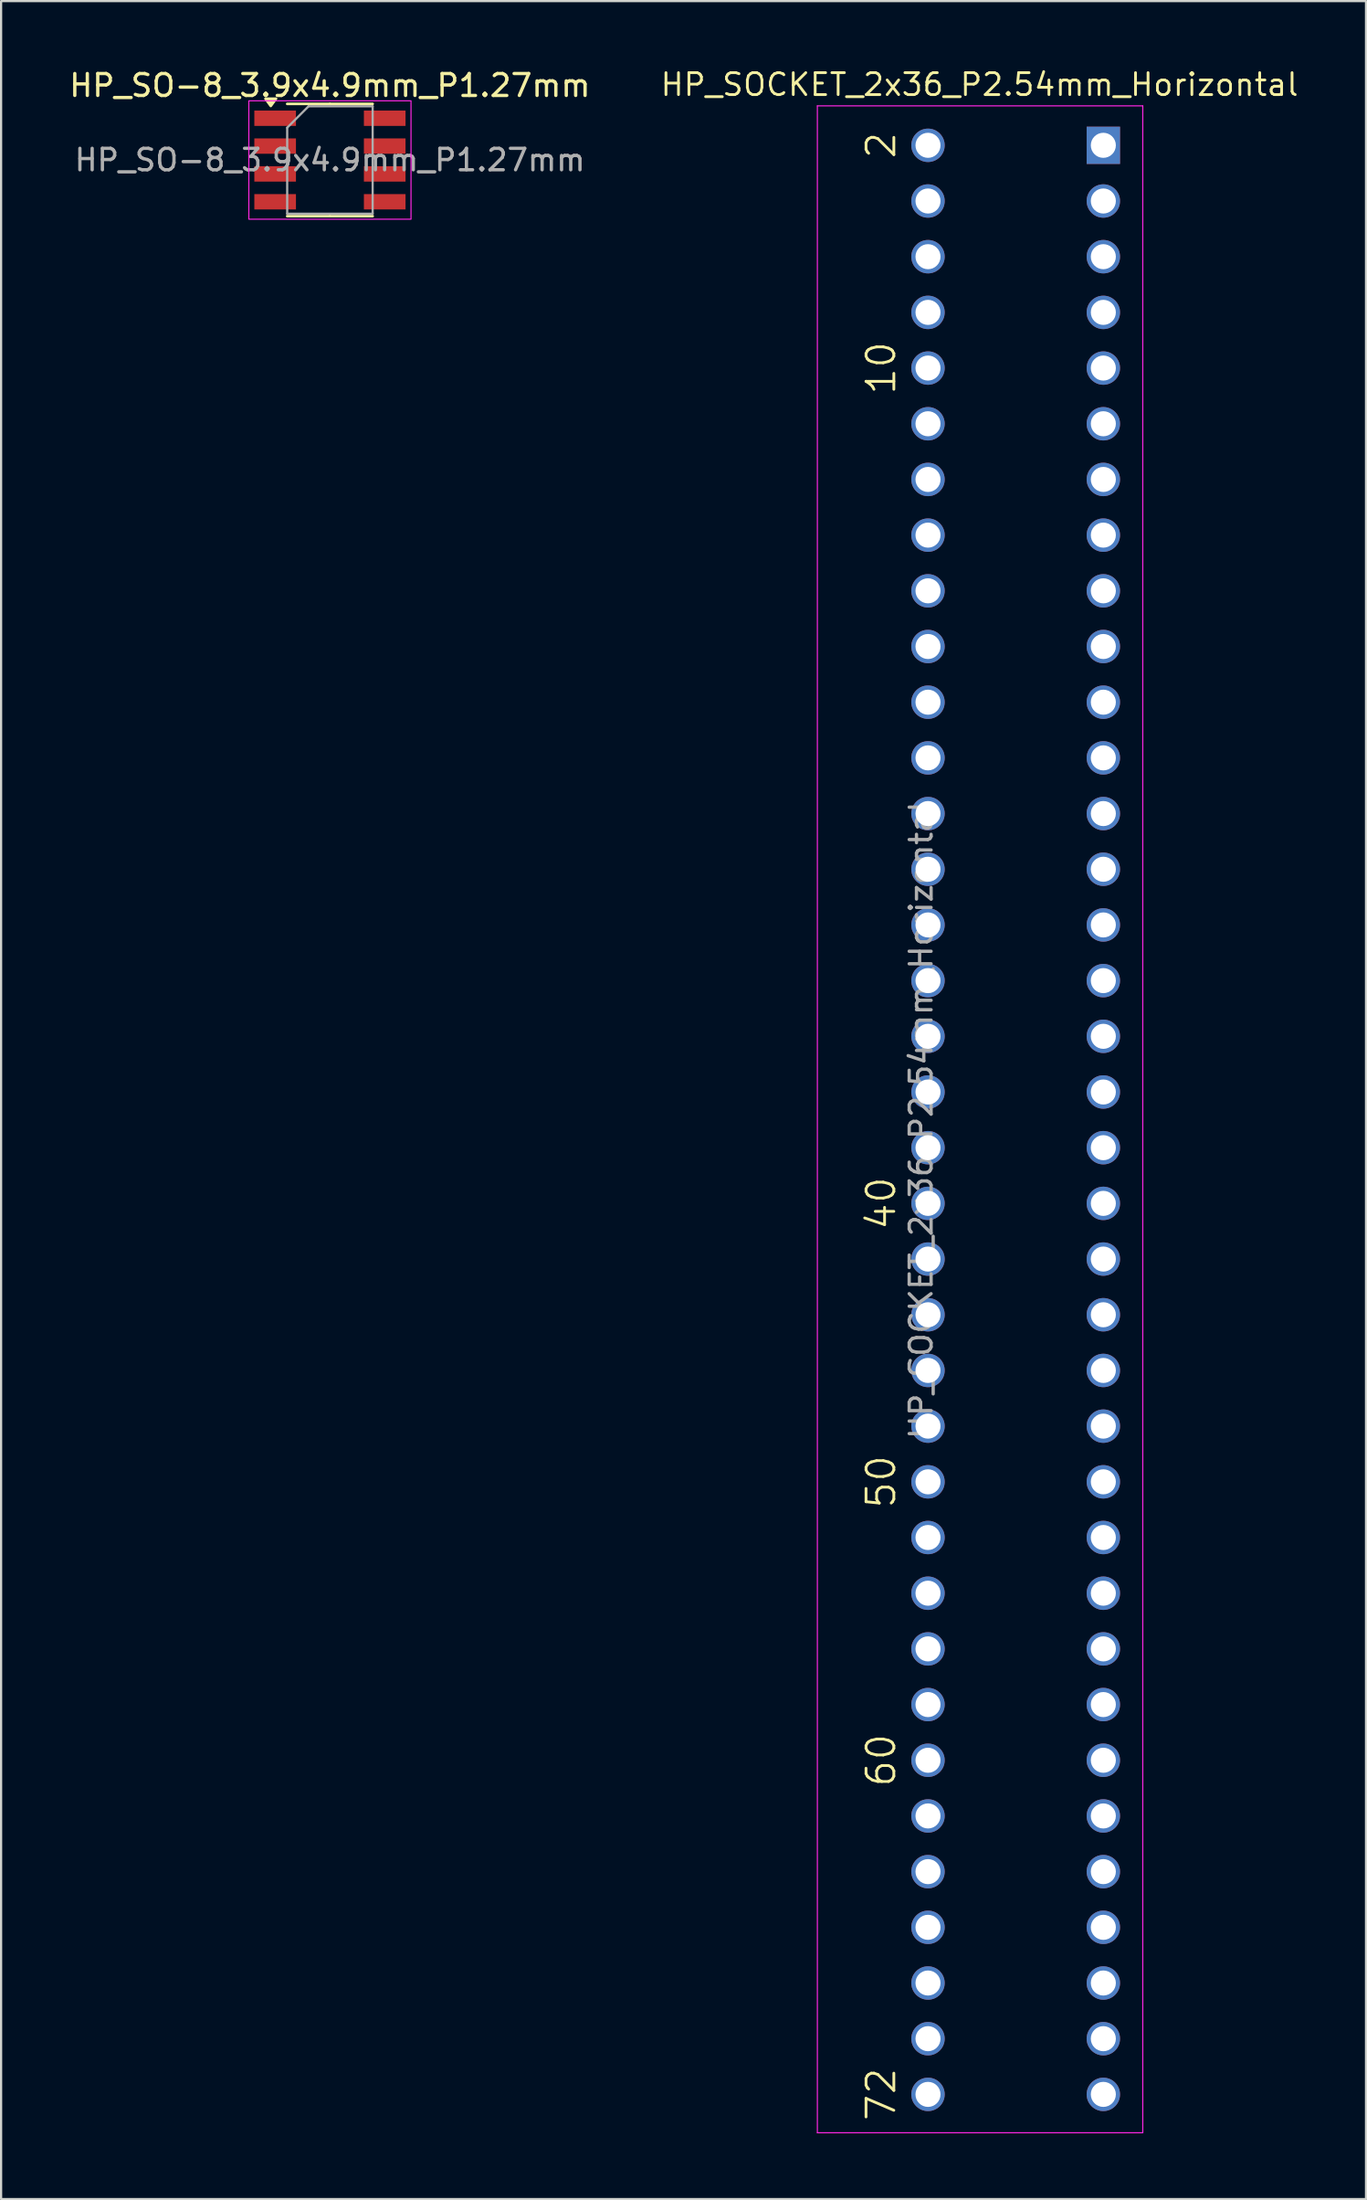
<source format=kicad_pcb>
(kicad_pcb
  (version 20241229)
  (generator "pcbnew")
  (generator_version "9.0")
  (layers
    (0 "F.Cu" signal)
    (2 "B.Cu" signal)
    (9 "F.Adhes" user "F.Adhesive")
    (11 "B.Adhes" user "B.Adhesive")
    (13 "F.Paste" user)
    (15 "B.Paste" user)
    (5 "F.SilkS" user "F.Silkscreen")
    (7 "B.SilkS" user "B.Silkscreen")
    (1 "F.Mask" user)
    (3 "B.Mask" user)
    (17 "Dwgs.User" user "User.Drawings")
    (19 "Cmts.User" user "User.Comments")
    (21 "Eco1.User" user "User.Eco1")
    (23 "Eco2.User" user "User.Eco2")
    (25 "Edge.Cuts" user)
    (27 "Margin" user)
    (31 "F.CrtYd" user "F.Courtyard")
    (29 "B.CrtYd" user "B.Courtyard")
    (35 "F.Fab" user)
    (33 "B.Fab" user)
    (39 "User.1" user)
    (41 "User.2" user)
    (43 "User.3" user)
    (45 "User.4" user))
  (footprint "HP_SOCKET_2x36_P2.54mm_Horizontal"
    (layer "F.Cu")
    (at 47.3 3.578)
    (property "Reference" "HP_SOCKET_2x36_P2.54mm_Horizontal" (at -5.65 -2.77 0) (layer "F.SilkS") (effects (font (size 1 1) (thickness 0.127))))
    (attr through_hole)
    (fp_line (start -13.05 -1.8) (end -13.05 90.65) (stroke (width 0.05) (type solid)) (layer "F.CrtYd"))
    (fp_line (start -13.05 90.65) (end 1.8 90.65) (stroke (width 0.05) (type solid)) (layer "F.CrtYd"))
    (fp_line (start 1.8 -1.8) (end -13.05 -1.8) (stroke (width 0.05) (type solid)) (layer "F.CrtYd"))
    (fp_line (start 1.8 90.65) (end 1.8 -1.8) (stroke (width 0.05) (type solid)) (layer "F.CrtYd"))
    (fp_text user "60" (at -9.398 73.66 90) (unlocked yes) (layer "F.SilkS") (effects (font (size 1.27 1.27) (thickness 0.127)) (justify bottom)))
    (fp_text user "2" (at -9.398 0 90) (unlocked yes) (layer "F.SilkS") (effects (font (size 1.27 1.27) (thickness 0.127)) (justify bottom)))
    (fp_text user "40" (at -9.398 48.26 90) (unlocked yes) (layer "F.SilkS") (effects (font (size 1.27 1.27) (thickness 0.127)) (justify bottom)))
    (fp_text user "50" (at -9.398 60.96 90) (unlocked yes) (layer "F.SilkS") (effects (font (size 1.27 1.27) (thickness 0.127)) (justify bottom)))
    (fp_text user "10" (at -9.398 10.16 90) (unlocked yes) (layer "F.SilkS") (effects (font (size 1.27 1.27) (thickness 0.127)) (justify bottom)))
    (fp_text user "72" (at -9.398 88.9 90) (unlocked yes) (layer "F.SilkS") (effects (font (size 1.27 1.27) (thickness 0.127)) (justify bottom)))
    (fp_text user "${REFERENCE}" (at -8.315 44.45 90) (layer "F.Fab") (effects (font (size 1 1) (thickness 0.15))))
    (pad "1" thru_hole rect (at 0 0) (size 1.524 1.7) (drill 1.143) (layers "*.Cu" "*.Mask"))
    (pad "2" thru_hole circle (at -8.001 0) (size 1.524 1.524) (drill 1.143) (layers "*.Cu" "*.Mask"))
    (pad "3" thru_hole circle (at 0 2.54) (size 1.524 1.524) (drill 1.143) (layers "*.Cu" "*.Mask"))
    (pad "4" thru_hole circle (at -8.001 2.54) (size 1.524 1.524) (drill 1.143) (layers "*.Cu" "*.Mask"))
    (pad "5" thru_hole circle (at 0 5.08) (size 1.524 1.524) (drill 1.143) (layers "*.Cu" "*.Mask"))
    (pad "6" thru_hole circle (at -8.001 5.08) (size 1.524 1.524) (drill 1.143) (layers "*.Cu" "*.Mask"))
    (pad "7" thru_hole circle (at 0 7.62) (size 1.524 1.524) (drill 1.143) (layers "*.Cu" "*.Mask"))
    (pad "8" thru_hole circle (at -8.001 7.62) (size 1.524 1.524) (drill 1.143) (layers "*.Cu" "*.Mask"))
    (pad "9" thru_hole circle (at 0 10.16) (size 1.524 1.524) (drill 1.143) (layers "*.Cu" "*.Mask"))
    (pad "10" thru_hole circle (at -8.001 10.16) (size 1.524 1.524) (drill 1.143) (layers "*.Cu" "*.Mask"))
    (pad "11" thru_hole circle (at 0 12.7) (size 1.524 1.524) (drill 1.143) (layers "*.Cu" "*.Mask"))
    (pad "12" thru_hole circle (at -8.001 12.7) (size 1.524 1.524) (drill 1.143) (layers "*.Cu" "*.Mask"))
    (pad "13" thru_hole circle (at 0 15.24) (size 1.524 1.524) (drill 1.143) (layers "*.Cu" "*.Mask"))
    (pad "14" thru_hole circle (at -8.001 15.24) (size 1.524 1.524) (drill 1.143) (layers "*.Cu" "*.Mask"))
    (pad "15" thru_hole circle (at 0 17.78) (size 1.524 1.524) (drill 1.143) (layers "*.Cu" "*.Mask"))
    (pad "16" thru_hole circle (at -8.001 17.78) (size 1.524 1.524) (drill 1.143) (layers "*.Cu" "*.Mask"))
    (pad "17" thru_hole circle (at 0 20.32) (size 1.524 1.524) (drill 1.143) (layers "*.Cu" "*.Mask"))
    (pad "18" thru_hole circle (at -8.001 20.32) (size 1.524 1.524) (drill 1.143) (layers "*.Cu" "*.Mask"))
    (pad "19" thru_hole circle (at 0 22.86) (size 1.524 1.524) (drill 1.143) (layers "*.Cu" "*.Mask"))
    (pad "20" thru_hole circle (at -8.001 22.86) (size 1.524 1.524) (drill 1.143) (layers "*.Cu" "*.Mask"))
    (pad "21" thru_hole circle (at 0 25.4) (size 1.524 1.524) (drill 1.143) (layers "*.Cu" "*.Mask"))
    (pad "22" thru_hole circle (at -8.001 25.4) (size 1.524 1.524) (drill 1.143) (layers "*.Cu" "*.Mask"))
    (pad "23" thru_hole circle (at 0 27.94) (size 1.524 1.524) (drill 1.143) (layers "*.Cu" "*.Mask"))
    (pad "24" thru_hole circle (at -8.001 27.94) (size 1.524 1.524) (drill 1.143) (layers "*.Cu" "*.Mask"))
    (pad "25" thru_hole circle (at 0 30.48) (size 1.524 1.524) (drill 1.143) (layers "*.Cu" "*.Mask"))
    (pad "26" thru_hole circle (at -8.001 30.48) (size 1.524 1.524) (drill 1.143) (layers "*.Cu" "*.Mask"))
    (pad "27" thru_hole circle (at 0 33.02) (size 1.524 1.524) (drill 1.143) (layers "*.Cu" "*.Mask"))
    (pad "28" thru_hole circle (at -8.001 33.02) (size 1.524 1.524) (drill 1.143) (layers "*.Cu" "*.Mask"))
    (pad "29" thru_hole circle (at 0 35.56) (size 1.524 1.524) (drill 1.143) (layers "*.Cu" "*.Mask"))
    (pad "30" thru_hole circle (at -8.001 35.56) (size 1.524 1.524) (drill 1.143) (layers "*.Cu" "*.Mask"))
    (pad "31" thru_hole circle (at 0 38.1) (size 1.524 1.524) (drill 1.143) (layers "*.Cu" "*.Mask"))
    (pad "32" thru_hole circle (at -8.001 38.1) (size 1.524 1.524) (drill 1.143) (layers "*.Cu" "*.Mask"))
    (pad "33" thru_hole circle (at 0 40.64) (size 1.524 1.524) (drill 1.143) (layers "*.Cu" "*.Mask"))
    (pad "34" thru_hole circle (at -8.001 40.64) (size 1.524 1.524) (drill 1.143) (layers "*.Cu" "*.Mask"))
    (pad "35" thru_hole circle (at 0 43.18) (size 1.524 1.524) (drill 1.143) (layers "*.Cu" "*.Mask"))
    (pad "36" thru_hole circle (at -8.001 43.18) (size 1.524 1.524) (drill 1.143) (layers "*.Cu" "*.Mask"))
    (pad "37" thru_hole circle (at 0 45.72) (size 1.524 1.524) (drill 1.143) (layers "*.Cu" "*.Mask"))
    (pad "38" thru_hole circle (at -8.001 45.72) (size 1.524 1.524) (drill 1.143) (layers "*.Cu" "*.Mask"))
    (pad "39" thru_hole circle (at 0 48.26) (size 1.524 1.524) (drill 1.143) (layers "*.Cu" "*.Mask"))
    (pad "40" thru_hole circle (at -8.001 48.26) (size 1.524 1.524) (drill 1.143) (layers "*.Cu" "*.Mask"))
    (pad "41" thru_hole circle (at 0 50.8) (size 1.524 1.524) (drill 1.143) (layers "*.Cu" "*.Mask"))
    (pad "42" thru_hole circle (at -8.001 50.8) (size 1.524 1.524) (drill 1.143) (layers "*.Cu" "*.Mask"))
    (pad "43" thru_hole circle (at 0 53.34) (size 1.524 1.524) (drill 1.143) (layers "*.Cu" "*.Mask"))
    (pad "44" thru_hole circle (at -8.001 53.34) (size 1.524 1.524) (drill 1.143) (layers "*.Cu" "*.Mask"))
    (pad "45" thru_hole circle (at 0 55.88) (size 1.524 1.524) (drill 1.143) (layers "*.Cu" "*.Mask"))
    (pad "46" thru_hole circle (at -8.001 55.88) (size 1.524 1.524) (drill 1.143) (layers "*.Cu" "*.Mask"))
    (pad "47" thru_hole circle (at 0 58.42) (size 1.524 1.524) (drill 1.143) (layers "*.Cu" "*.Mask"))
    (pad "48" thru_hole circle (at -8.001 58.42) (size 1.524 1.524) (drill 1.143) (layers "*.Cu" "*.Mask"))
    (pad "49" thru_hole circle (at 0 60.96) (size 1.524 1.524) (drill 1.143) (layers "*.Cu" "*.Mask"))
    (pad "50" thru_hole circle (at -8.001 60.96) (size 1.524 1.524) (drill 1.143) (layers "*.Cu" "*.Mask"))
    (pad "51" thru_hole circle (at 0 63.5) (size 1.524 1.524) (drill 1.143) (layers "*.Cu" "*.Mask"))
    (pad "52" thru_hole circle (at -8.001 63.5) (size 1.524 1.524) (drill 1.143) (layers "*.Cu" "*.Mask"))
    (pad "53" thru_hole circle (at 0 66.04) (size 1.524 1.524) (drill 1.143) (layers "*.Cu" "*.Mask"))
    (pad "54" thru_hole circle (at -8.001 66.04) (size 1.524 1.524) (drill 1.143) (layers "*.Cu" "*.Mask"))
    (pad "55" thru_hole circle (at 0 68.58) (size 1.524 1.524) (drill 1.143) (layers "*.Cu" "*.Mask"))
    (pad "56" thru_hole circle (at -8.001 68.58) (size 1.524 1.524) (drill 1.143) (layers "*.Cu" "*.Mask"))
    (pad "57" thru_hole circle (at 0 71.12) (size 1.524 1.524) (drill 1.143) (layers "*.Cu" "*.Mask"))
    (pad "58" thru_hole circle (at -8.001 71.12) (size 1.524 1.524) (drill 1.143) (layers "*.Cu" "*.Mask"))
    (pad "59" thru_hole circle (at 0 73.66) (size 1.524 1.524) (drill 1.143) (layers "*.Cu" "*.Mask"))
    (pad "60" thru_hole circle (at -8.001 73.66) (size 1.524 1.524) (drill 1.143) (layers "*.Cu" "*.Mask"))
    (pad "61" thru_hole circle (at 0 76.2) (size 1.524 1.524) (drill 1.143) (layers "*.Cu" "*.Mask"))
    (pad "62" thru_hole circle (at -8.001 76.2) (size 1.524 1.524) (drill 1.143) (layers "*.Cu" "*.Mask"))
    (pad "63" thru_hole circle (at 0 78.74) (size 1.524 1.524) (drill 1.143) (layers "*.Cu" "*.Mask"))
    (pad "64" thru_hole circle (at -8.001 78.74) (size 1.524 1.524) (drill 1.143) (layers "*.Cu" "*.Mask"))
    (pad "65" thru_hole circle (at 0 81.28) (size 1.524 1.524) (drill 1.143) (layers "*.Cu" "*.Mask"))
    (pad "66" thru_hole circle (at -8.001 81.28) (size 1.524 1.524) (drill 1.143) (layers "*.Cu" "*.Mask"))
    (pad "67" thru_hole circle (at 0 83.82) (size 1.524 1.524) (drill 1.143) (layers "*.Cu" "*.Mask"))
    (pad "68" thru_hole circle (at -8.001 83.82) (size 1.524 1.524) (drill 1.143) (layers "*.Cu" "*.Mask"))
    (pad "69" thru_hole circle (at 0 86.36) (size 1.524 1.524) (drill 1.143) (layers "*.Cu" "*.Mask"))
    (pad "70" thru_hole circle (at -8.001 86.36) (size 1.524 1.524) (drill 1.143) (layers "*.Cu" "*.Mask"))
    (pad "71" thru_hole circle (at 0 88.9) (size 1.524 1.524) (drill 1.143) (layers "*.Cu" "*.Mask"))
    (pad "72" thru_hole circle (at -8.001 88.9) (size 1.524 1.524) (drill 1.143) (layers "*.Cu" "*.Mask")))
  (footprint "HP_SO-8_3.9x4.9mm_P1.27mm"
    (layer "F.Cu")
    (at 12.006 4.248)
    (property "Reference" "HP_SO-8_3.9x4.9mm_P1.27mm" (at 0 -3.4 0) (layer "F.SilkS") (effects (font (size 1 1) (thickness 0.15))))
    (attr smd)
    (fp_line (start 0 -2.56) (end -1.95 -2.56) (stroke (width 0.12) (type solid)) (layer "F.SilkS"))
    (fp_line (start 0 -2.56) (end 1.95 -2.56) (stroke (width 0.12) (type solid)) (layer "F.SilkS"))
    (fp_line (start 0 2.56) (end -1.95 2.56) (stroke (width 0.12) (type solid)) (layer "F.SilkS"))
    (fp_line (start 0 2.56) (end 1.95 2.56) (stroke (width 0.12) (type solid)) (layer "F.SilkS"))
    (fp_poly (pts (xy -2.7 -2.465) (xy -2.94 -2.795) (xy -2.46 -2.795)) (stroke (width 0.12) (type solid)) (fill yes) (layer "F.SilkS"))
    (fp_rect (start -3.7 -2.7) (end 3.7 2.7) (stroke (width 0.05) (type solid)) (fill no) (layer "F.CrtYd"))
    (fp_line (start -1.95 -1.475) (end -0.975 -2.45) (stroke (width 0.1) (type solid)) (layer "F.Fab"))
    (fp_line (start -1.95 2.45) (end -1.95 -1.475) (stroke (width 0.1) (type solid)) (layer "F.Fab"))
    (fp_line (start -0.975 -2.45) (end 1.95 -2.45) (stroke (width 0.1) (type solid)) (layer "F.Fab"))
    (fp_line (start 1.95 -2.45) (end 1.95 2.45) (stroke (width 0.1) (type solid)) (layer "F.Fab"))
    (fp_line (start 1.95 2.45) (end -1.95 2.45) (stroke (width 0.1) (type solid)) (layer "F.Fab"))
    (fp_text user "${REFERENCE}" (at 0 0 0) (layer "F.Fab") (effects (font (size 0.98 0.98) (thickness 0.15))))
    (pad "1" smd rect (at -2.5 -1.905) (size 1.9 0.7) (layers "F.Cu" "F.Mask" "F.Paste"))
    (pad "2" smd rect (at -2.5 -0.635) (size 1.9 0.7) (layers "F.Cu" "F.Mask" "F.Paste"))
    (pad "3" smd rect (at -2.5 0.635) (size 1.9 0.7) (layers "F.Cu" "F.Mask" "F.Paste"))
    (pad "4" smd rect (at -2.5 1.905) (size 1.9 0.7) (layers "F.Cu" "F.Mask" "F.Paste"))
    (pad "5" smd rect (at 2.5 1.905) (size 1.9 0.7) (layers "F.Cu" "F.Mask" "F.Paste"))
    (pad "6" smd rect (at 2.5 0.635) (size 1.9 0.7) (layers "F.Cu" "F.Mask" "F.Paste"))
    (pad "7" smd rect (at 2.5 -0.635) (size 1.9 0.7) (layers "F.Cu" "F.Mask" "F.Paste"))
    (pad "8" smd rect (at 2.5 -1.905) (size 1.9 0.7) (layers "F.Cu" "F.Mask" "F.Paste")))
  (gr_rect
    (start -3 -3)
    (end 59.288 97.253)
    (stroke (width 0.1) (type default))
    (fill no)
    (layer "Edge.Cuts")))
</source>
